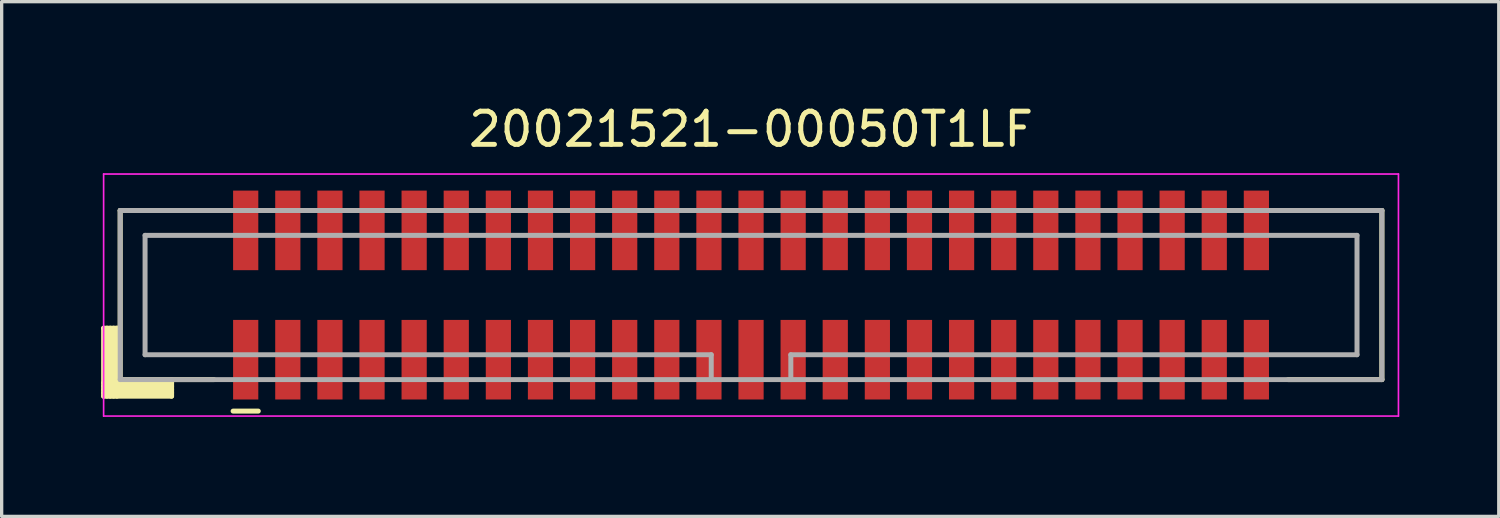
<source format=kicad_pcb>
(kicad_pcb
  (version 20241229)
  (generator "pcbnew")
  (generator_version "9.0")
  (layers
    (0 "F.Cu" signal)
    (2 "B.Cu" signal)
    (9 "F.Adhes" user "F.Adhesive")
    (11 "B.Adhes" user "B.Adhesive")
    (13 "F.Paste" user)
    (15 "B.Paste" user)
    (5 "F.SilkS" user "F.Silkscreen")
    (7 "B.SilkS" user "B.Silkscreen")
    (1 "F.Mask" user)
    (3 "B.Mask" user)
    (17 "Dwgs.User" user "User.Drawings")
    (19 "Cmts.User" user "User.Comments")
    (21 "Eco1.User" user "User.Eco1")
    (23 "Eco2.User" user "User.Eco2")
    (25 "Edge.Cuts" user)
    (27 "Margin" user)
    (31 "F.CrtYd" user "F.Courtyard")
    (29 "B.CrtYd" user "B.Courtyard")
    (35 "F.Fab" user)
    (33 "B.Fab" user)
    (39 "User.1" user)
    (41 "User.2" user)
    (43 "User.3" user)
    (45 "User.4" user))
  (footprint "20021521-00050T1LF"
    (layer "F.Cu")
    (at 19.6 5.848)
    (property "Reference" "20021521-00050T1LF" (at 0 -5 0) (layer "F.SilkS") (effects (font (size 1 1) (thickness 0.15))))
    (attr smd)
    (fp_line (start -19.525 1) (end -19.525 3.05) (stroke (width 0.15) (type solid)) (layer "F.SilkS"))
    (fp_line (start -19.525 1) (end -19.05 1) (stroke (width 0.15) (type solid)) (layer "F.SilkS"))
    (fp_line (start -19.525 2.65) (end -17.475 2.65) (stroke (width 0.15) (type solid)) (layer "F.SilkS"))
    (fp_line (start -19.525 2.75) (end -17.475 2.75) (stroke (width 0.15) (type solid)) (layer "F.SilkS"))
    (fp_line (start -19.525 2.85) (end -17.475 2.85) (stroke (width 0.15) (type solid)) (layer "F.SilkS"))
    (fp_line (start -19.525 2.95) (end -17.475 2.95) (stroke (width 0.15) (type solid)) (layer "F.SilkS"))
    (fp_line (start -19.525 3.05) (end -17.475 3.05) (stroke (width 0.15) (type solid)) (layer "F.SilkS"))
    (fp_line (start -19.425 1) (end -19.425 3.05) (stroke (width 0.15) (type solid)) (layer "F.SilkS"))
    (fp_line (start -19.325 1) (end -19.325 3.05) (stroke (width 0.15) (type solid)) (layer "F.SilkS"))
    (fp_line (start -19.225 1) (end -19.225 3.05) (stroke (width 0.15) (type solid)) (layer "F.SilkS"))
    (fp_line (start -19.125 1) (end -19.125 3.05) (stroke (width 0.15) (type solid)) (layer "F.SilkS"))
    (fp_line (start -19.025 -2.55) (end -19.025 2.55) (stroke (width 0.15) (type solid)) (layer "F.SilkS"))
    (fp_line (start -19.025 -2.55) (end -16.2 -2.55) (stroke (width 0.15) (type solid)) (layer "F.SilkS"))
    (fp_line (start -19.025 2.55) (end -16.2 2.55) (stroke (width 0.15) (type solid)) (layer "F.SilkS"))
    (fp_line (start -17.475 2.55) (end -17.475 3.05) (stroke (width 0.15) (type solid)) (layer "F.SilkS"))
    (fp_line (start -15.62 3.5) (end -14.86 3.5) (stroke (width 0.15) (type solid)) (layer "F.SilkS"))
    (fp_line (start 16.2 -2.55) (end 19.025 -2.55) (stroke (width 0.15) (type solid)) (layer "F.SilkS"))
    (fp_line (start 16.2 2.55) (end 19.025 2.55) (stroke (width 0.15) (type solid)) (layer "F.SilkS"))
    (fp_line (start 19.025 -2.55) (end 19.025 2.55) (stroke (width 0.15) (type solid)) (layer "F.SilkS"))
    (fp_line (start -19.525 -3.65) (end -19.525 3.65) (stroke (width 0.05) (type solid)) (layer "F.CrtYd"))
    (fp_line (start -19.525 -3.65) (end 19.525 -3.65) (stroke (width 0.05) (type solid)) (layer "F.CrtYd"))
    (fp_line (start -19.525 3.65) (end 19.525 3.65) (stroke (width 0.05) (type solid)) (layer "F.CrtYd"))
    (fp_line (start 19.525 -3.65) (end 19.525 3.65) (stroke (width 0.05) (type solid)) (layer "F.CrtYd"))
    (fp_line (start -19.025 -2.55) (end -19.025 2.55) (stroke (width 0.15) (type solid)) (layer "F.Fab"))
    (fp_line (start -19.025 -2.55) (end 19.025 -2.55) (stroke (width 0.15) (type solid)) (layer "F.Fab"))
    (fp_line (start -19.025 2.55) (end 19.025 2.55) (stroke (width 0.15) (type solid)) (layer "F.Fab"))
    (fp_line (start -18.275 -1.8) (end -18.275 1.8) (stroke (width 0.15) (type solid)) (layer "F.Fab"))
    (fp_line (start -18.275 -1.8) (end 18.275 -1.8) (stroke (width 0.15) (type solid)) (layer "F.Fab"))
    (fp_line (start -18.275 1.8) (end -1.2 1.8) (stroke (width 0.15) (type solid)) (layer "F.Fab"))
    (fp_line (start -1.2 1.8) (end -1.2 2.55) (stroke (width 0.15) (type solid)) (layer "F.Fab"))
    (fp_line (start 1.2 1.8) (end 1.2 2.55) (stroke (width 0.15) (type solid)) (layer "F.Fab"))
    (fp_line (start 1.2 1.8) (end 18.275 1.8) (stroke (width 0.15) (type solid)) (layer "F.Fab"))
    (fp_line (start 18.275 -1.8) (end 18.275 1.8) (stroke (width 0.15) (type solid)) (layer "F.Fab"))
    (fp_line (start 19.025 -2.55) (end 19.025 2.55) (stroke (width 0.15) (type solid)) (layer "F.Fab"))
    (pad "1" smd rect (at -15.24 1.95) (size 0.76 2.4) (layers "F.Cu" "F.Mask" "F.Paste"))
    (pad "2" smd rect (at -15.24 -1.95) (size 0.76 2.4) (layers "F.Cu" "F.Mask" "F.Paste"))
    (pad "3" smd rect (at -13.97 1.95) (size 0.76 2.4) (layers "F.Cu" "F.Mask" "F.Paste"))
    (pad "4" smd rect (at -13.97 -1.95) (size 0.76 2.4) (layers "F.Cu" "F.Mask" "F.Paste"))
    (pad "5" smd rect (at -12.7 1.95) (size 0.76 2.4) (layers "F.Cu" "F.Mask" "F.Paste"))
    (pad "6" smd rect (at -12.7 -1.95) (size 0.76 2.4) (layers "F.Cu" "F.Mask" "F.Paste"))
    (pad "7" smd rect (at -11.43 1.95) (size 0.76 2.4) (layers "F.Cu" "F.Mask" "F.Paste"))
    (pad "8" smd rect (at -11.43 -1.95) (size 0.76 2.4) (layers "F.Cu" "F.Mask" "F.Paste"))
    (pad "9" smd rect (at -10.16 1.95) (size 0.76 2.4) (layers "F.Cu" "F.Mask" "F.Paste"))
    (pad "10" smd rect (at -10.16 -1.95) (size 0.76 2.4) (layers "F.Cu" "F.Mask" "F.Paste"))
    (pad "11" smd rect (at -8.89 1.95) (size 0.76 2.4) (layers "F.Cu" "F.Mask" "F.Paste"))
    (pad "12" smd rect (at -8.89 -1.95) (size 0.76 2.4) (layers "F.Cu" "F.Mask" "F.Paste"))
    (pad "13" smd rect (at -7.62 1.95) (size 0.76 2.4) (layers "F.Cu" "F.Mask" "F.Paste"))
    (pad "14" smd rect (at -7.62 -1.95) (size 0.76 2.4) (layers "F.Cu" "F.Mask" "F.Paste"))
    (pad "15" smd rect (at -6.35 1.95) (size 0.76 2.4) (layers "F.Cu" "F.Mask" "F.Paste"))
    (pad "16" smd rect (at -6.35 -1.95) (size 0.76 2.4) (layers "F.Cu" "F.Mask" "F.Paste"))
    (pad "17" smd rect (at -5.08 1.95) (size 0.76 2.4) (layers "F.Cu" "F.Mask" "F.Paste"))
    (pad "18" smd rect (at -5.08 -1.95) (size 0.76 2.4) (layers "F.Cu" "F.Mask" "F.Paste"))
    (pad "19" smd rect (at -3.81 1.95) (size 0.76 2.4) (layers "F.Cu" "F.Mask" "F.Paste"))
    (pad "20" smd rect (at -3.81 -1.95) (size 0.76 2.4) (layers "F.Cu" "F.Mask" "F.Paste"))
    (pad "21" smd rect (at -2.54 1.95) (size 0.76 2.4) (layers "F.Cu" "F.Mask" "F.Paste"))
    (pad "22" smd rect (at -2.54 -1.95) (size 0.76 2.4) (layers "F.Cu" "F.Mask" "F.Paste"))
    (pad "23" smd rect (at -1.27 1.95) (size 0.76 2.4) (layers "F.Cu" "F.Mask" "F.Paste"))
    (pad "24" smd rect (at -1.27 -1.95) (size 0.76 2.4) (layers "F.Cu" "F.Mask" "F.Paste"))
    (pad "25" smd rect (at 0 1.95) (size 0.76 2.4) (layers "F.Cu" "F.Mask" "F.Paste"))
    (pad "26" smd rect (at 0 -1.95) (size 0.76 2.4) (layers "F.Cu" "F.Mask" "F.Paste"))
    (pad "27" smd rect (at 1.27 1.95) (size 0.76 2.4) (layers "F.Cu" "F.Mask" "F.Paste"))
    (pad "28" smd rect (at 1.27 -1.95) (size 0.76 2.4) (layers "F.Cu" "F.Mask" "F.Paste"))
    (pad "29" smd rect (at 2.54 1.95) (size 0.76 2.4) (layers "F.Cu" "F.Mask" "F.Paste"))
    (pad "30" smd rect (at 2.54 -1.95) (size 0.76 2.4) (layers "F.Cu" "F.Mask" "F.Paste"))
    (pad "31" smd rect (at 3.81 1.95) (size 0.76 2.4) (layers "F.Cu" "F.Mask" "F.Paste"))
    (pad "32" smd rect (at 3.81 -1.95) (size 0.76 2.4) (layers "F.Cu" "F.Mask" "F.Paste"))
    (pad "33" smd rect (at 5.08 1.95) (size 0.76 2.4) (layers "F.Cu" "F.Mask" "F.Paste"))
    (pad "34" smd rect (at 5.08 -1.95) (size 0.76 2.4) (layers "F.Cu" "F.Mask" "F.Paste"))
    (pad "35" smd rect (at 6.35 1.95) (size 0.76 2.4) (layers "F.Cu" "F.Mask" "F.Paste"))
    (pad "36" smd rect (at 6.35 -1.95) (size 0.76 2.4) (layers "F.Cu" "F.Mask" "F.Paste"))
    (pad "37" smd rect (at 7.62 1.95) (size 0.76 2.4) (layers "F.Cu" "F.Mask" "F.Paste"))
    (pad "38" smd rect (at 7.62 -1.95) (size 0.76 2.4) (layers "F.Cu" "F.Mask" "F.Paste"))
    (pad "39" smd rect (at 8.89 1.95) (size 0.76 2.4) (layers "F.Cu" "F.Mask" "F.Paste"))
    (pad "40" smd rect (at 8.89 -1.95) (size 0.76 2.4) (layers "F.Cu" "F.Mask" "F.Paste"))
    (pad "41" smd rect (at 10.16 1.95) (size 0.76 2.4) (layers "F.Cu" "F.Mask" "F.Paste"))
    (pad "42" smd rect (at 10.16 -1.95) (size 0.76 2.4) (layers "F.Cu" "F.Mask" "F.Paste"))
    (pad "43" smd rect (at 11.43 1.95) (size 0.76 2.4) (layers "F.Cu" "F.Mask" "F.Paste"))
    (pad "44" smd rect (at 11.43 -1.95) (size 0.76 2.4) (layers "F.Cu" "F.Mask" "F.Paste"))
    (pad "45" smd rect (at 12.7 1.95) (size 0.76 2.4) (layers "F.Cu" "F.Mask" "F.Paste"))
    (pad "46" smd rect (at 12.7 -1.95) (size 0.76 2.4) (layers "F.Cu" "F.Mask" "F.Paste"))
    (pad "47" smd rect (at 13.97 1.95) (size 0.76 2.4) (layers "F.Cu" "F.Mask" "F.Paste"))
    (pad "48" smd rect (at 13.97 -1.95) (size 0.76 2.4) (layers "F.Cu" "F.Mask" "F.Paste"))
    (pad "49" smd rect (at 15.24 1.95) (size 0.76 2.4) (layers "F.Cu" "F.Mask" "F.Paste"))
    (pad "50" smd rect (at 15.24 -1.95) (size 0.76 2.4) (layers "F.Cu" "F.Mask" "F.Paste")))
  (gr_rect
    (start -3 -3)
    (end 42.15 12.523)
    (stroke (width 0.1) (type default))
    (fill no)
    (layer "Edge.Cuts")))
</source>
